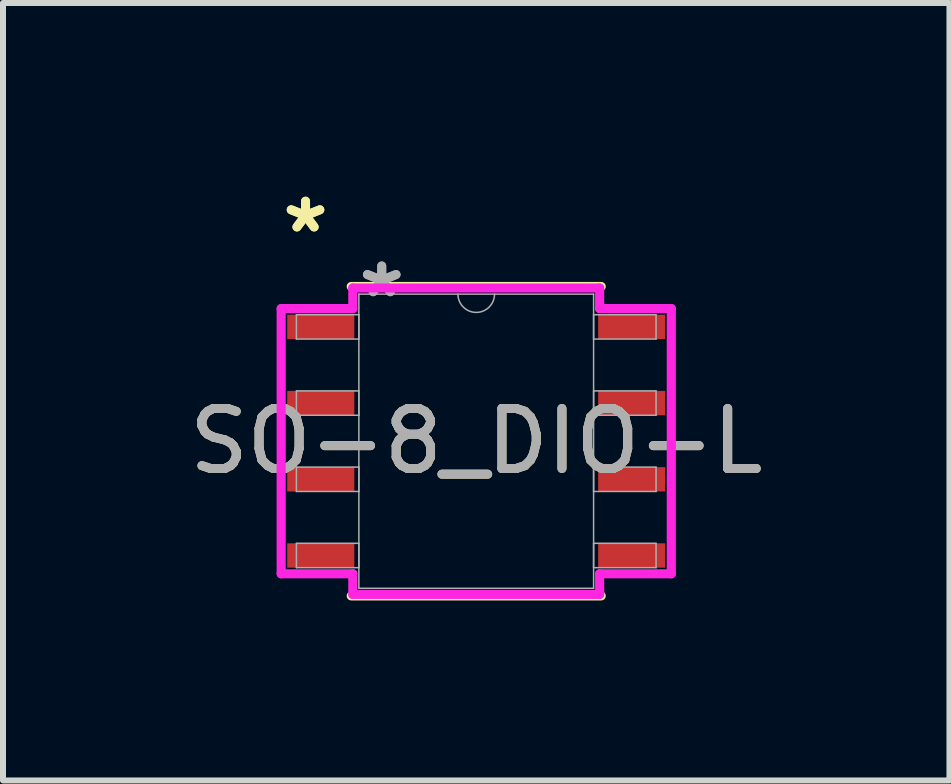
<source format=kicad_pcb>
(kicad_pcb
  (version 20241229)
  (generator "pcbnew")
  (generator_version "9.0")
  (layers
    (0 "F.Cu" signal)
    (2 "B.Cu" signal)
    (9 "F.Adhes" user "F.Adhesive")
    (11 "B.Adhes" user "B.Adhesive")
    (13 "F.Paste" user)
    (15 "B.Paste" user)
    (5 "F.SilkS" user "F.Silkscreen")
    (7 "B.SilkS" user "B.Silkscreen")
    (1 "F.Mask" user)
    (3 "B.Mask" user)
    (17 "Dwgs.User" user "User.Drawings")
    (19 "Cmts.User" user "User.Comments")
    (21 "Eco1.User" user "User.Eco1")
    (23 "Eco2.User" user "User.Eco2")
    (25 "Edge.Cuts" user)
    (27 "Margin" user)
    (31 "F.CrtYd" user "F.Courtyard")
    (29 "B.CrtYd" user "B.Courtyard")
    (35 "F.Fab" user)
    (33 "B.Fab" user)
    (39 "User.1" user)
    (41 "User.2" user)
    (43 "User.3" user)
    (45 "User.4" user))
  (footprint "SO-8_DIO-L"
    (layer "F.Cu")
    (at 4.887 4.303)
    (property "Reference" "SO-8_DIO-L" (at 0 0 0) (unlocked yes) (layer "F.SilkS") (effects (font (size 1 1) (thickness 0.15))))
    (attr smd)
    (fp_line (start -2.083 2.578) (end 2.083 2.578) (stroke (width 0.152) (type solid)) (layer "F.SilkS"))
    (fp_line (start 2.083 -2.578) (end -2.083 -2.578) (stroke (width 0.152) (type solid)) (layer "F.SilkS"))
    (fp_line (start -3.251 -2.21) (end -2.057 -2.21) (stroke (width 0.152) (type solid)) (layer "F.CrtYd"))
    (fp_line (start -3.251 2.21) (end -3.251 -2.21) (stroke (width 0.152) (type solid)) (layer "F.CrtYd"))
    (fp_line (start -3.251 2.21) (end -2.057 2.21) (stroke (width 0.152) (type solid)) (layer "F.CrtYd"))
    (fp_line (start -2.057 -2.553) (end 2.057 -2.553) (stroke (width 0.152) (type solid)) (layer "F.CrtYd"))
    (fp_line (start -2.057 -2.21) (end -2.057 -2.553) (stroke (width 0.152) (type solid)) (layer "F.CrtYd"))
    (fp_line (start -2.057 2.553) (end -2.057 2.21) (stroke (width 0.152) (type solid)) (layer "F.CrtYd"))
    (fp_line (start 2.057 -2.553) (end 2.057 -2.21) (stroke (width 0.152) (type solid)) (layer "F.CrtYd"))
    (fp_line (start 2.057 2.21) (end 2.057 2.553) (stroke (width 0.152) (type solid)) (layer "F.CrtYd"))
    (fp_line (start 2.057 2.553) (end -2.057 2.553) (stroke (width 0.152) (type solid)) (layer "F.CrtYd"))
    (fp_line (start 3.251 -2.21) (end 2.057 -2.21) (stroke (width 0.152) (type solid)) (layer "F.CrtYd"))
    (fp_line (start 3.251 -2.21) (end 3.251 2.21) (stroke (width 0.152) (type solid)) (layer "F.CrtYd"))
    (fp_line (start 3.251 2.21) (end 2.057 2.21) (stroke (width 0.152) (type solid)) (layer "F.CrtYd"))
    (fp_line (start -2.997 -2.108) (end -2.997 -1.702) (stroke (width 0.025) (type solid)) (layer "F.Fab"))
    (fp_line (start -2.997 -1.702) (end -1.956 -1.702) (stroke (width 0.025) (type solid)) (layer "F.Fab"))
    (fp_line (start -2.997 -0.838) (end -2.997 -0.432) (stroke (width 0.025) (type solid)) (layer "F.Fab"))
    (fp_line (start -2.997 -0.432) (end -1.956 -0.432) (stroke (width 0.025) (type solid)) (layer "F.Fab"))
    (fp_line (start -2.997 0.432) (end -2.997 0.838) (stroke (width 0.025) (type solid)) (layer "F.Fab"))
    (fp_line (start -2.997 0.838) (end -1.956 0.838) (stroke (width 0.025) (type solid)) (layer "F.Fab"))
    (fp_line (start -2.997 1.702) (end -2.997 2.108) (stroke (width 0.025) (type solid)) (layer "F.Fab"))
    (fp_line (start -2.997 2.108) (end -1.956 2.108) (stroke (width 0.025) (type solid)) (layer "F.Fab"))
    (fp_line (start -1.956 -2.451) (end -1.956 2.451) (stroke (width 0.025) (type solid)) (layer "F.Fab"))
    (fp_line (start -1.956 -2.108) (end -2.997 -2.108) (stroke (width 0.025) (type solid)) (layer "F.Fab"))
    (fp_line (start -1.956 -1.702) (end -1.956 -2.108) (stroke (width 0.025) (type solid)) (layer "F.Fab"))
    (fp_line (start -1.956 -0.838) (end -2.997 -0.838) (stroke (width 0.025) (type solid)) (layer "F.Fab"))
    (fp_line (start -1.956 -0.432) (end -1.956 -0.838) (stroke (width 0.025) (type solid)) (layer "F.Fab"))
    (fp_line (start -1.956 0.432) (end -2.997 0.432) (stroke (width 0.025) (type solid)) (layer "F.Fab"))
    (fp_line (start -1.956 0.838) (end -1.956 0.432) (stroke (width 0.025) (type solid)) (layer "F.Fab"))
    (fp_line (start -1.956 1.702) (end -2.997 1.702) (stroke (width 0.025) (type solid)) (layer "F.Fab"))
    (fp_line (start -1.956 2.108) (end -1.956 1.702) (stroke (width 0.025) (type solid)) (layer "F.Fab"))
    (fp_line (start -1.956 2.451) (end 1.956 2.451) (stroke (width 0.025) (type solid)) (layer "F.Fab"))
    (fp_line (start 1.956 -2.451) (end -1.956 -2.451) (stroke (width 0.025) (type solid)) (layer "F.Fab"))
    (fp_line (start 1.956 -2.108) (end 1.956 -1.702) (stroke (width 0.025) (type solid)) (layer "F.Fab"))
    (fp_line (start 1.956 -1.702) (end 2.997 -1.702) (stroke (width 0.025) (type solid)) (layer "F.Fab"))
    (fp_line (start 1.956 -0.838) (end 1.956 -0.432) (stroke (width 0.025) (type solid)) (layer "F.Fab"))
    (fp_line (start 1.956 -0.432) (end 2.997 -0.432) (stroke (width 0.025) (type solid)) (layer "F.Fab"))
    (fp_line (start 1.956 0.432) (end 1.956 0.838) (stroke (width 0.025) (type solid)) (layer "F.Fab"))
    (fp_line (start 1.956 0.838) (end 2.997 0.838) (stroke (width 0.025) (type solid)) (layer "F.Fab"))
    (fp_line (start 1.956 1.702) (end 1.956 2.108) (stroke (width 0.025) (type solid)) (layer "F.Fab"))
    (fp_line (start 1.956 2.108) (end 2.997 2.108) (stroke (width 0.025) (type solid)) (layer "F.Fab"))
    (fp_line (start 1.956 2.451) (end 1.956 -2.451) (stroke (width 0.025) (type solid)) (layer "F.Fab"))
    (fp_line (start 2.997 -2.108) (end 1.956 -2.108) (stroke (width 0.025) (type solid)) (layer "F.Fab"))
    (fp_line (start 2.997 -1.702) (end 2.997 -2.108) (stroke (width 0.025) (type solid)) (layer "F.Fab"))
    (fp_line (start 2.997 -0.838) (end 1.956 -0.838) (stroke (width 0.025) (type solid)) (layer "F.Fab"))
    (fp_line (start 2.997 -0.432) (end 2.997 -0.838) (stroke (width 0.025) (type solid)) (layer "F.Fab"))
    (fp_line (start 2.997 0.432) (end 1.956 0.432) (stroke (width 0.025) (type solid)) (layer "F.Fab"))
    (fp_line (start 2.997 0.838) (end 2.997 0.432) (stroke (width 0.025) (type solid)) (layer "F.Fab"))
    (fp_line (start 2.997 1.702) (end 1.956 1.702) (stroke (width 0.025) (type solid)) (layer "F.Fab"))
    (fp_line (start 2.997 2.108) (end 2.997 1.702) (stroke (width 0.025) (type solid)) (layer "F.Fab"))
    (fp_arc (start 0.3048 -2.4511) (mid 0 -2.1463) (end -0.3048 -2.4511) (stroke (width 0.0254) (type solid)) (layer "F.Fab"))
    (fp_text user "*" (at -2.845 -3.454 0) (layer "F.SilkS") (effects (font (size 1 1) (thickness 0.15))))
    (fp_text user "*" (at -2.845 -3.454 0) (unlocked yes) (layer "F.SilkS") (effects (font (size 1 1) (thickness 0.15))))
    (fp_text user "*" (at -1.575 -2.375 0) (unlocked yes) (layer "F.Fab") (effects (font (size 1 1) (thickness 0.15))))
    (fp_text user "*" (at -1.575 -2.375 0) (layer "F.Fab") (effects (font (size 1 1) (thickness 0.15))))
    (fp_text user "${REFERENCE}" (at 0 0 0) (unlocked yes) (layer "F.Fab") (effects (font (size 1 1) (thickness 0.15))))
    (pad "1" smd rect (at -2.591 -1.905) (size 1.118 0.406) (layers "F.Cu" "F.Mask" "F.Paste"))
    (pad "2" smd rect (at -2.591 -0.635) (size 1.118 0.406) (layers "F.Cu" "F.Mask" "F.Paste"))
    (pad "3" smd rect (at -2.591 0.635) (size 1.118 0.406) (layers "F.Cu" "F.Mask" "F.Paste"))
    (pad "4" smd rect (at -2.591 1.905) (size 1.118 0.406) (layers "F.Cu" "F.Mask" "F.Paste"))
    (pad "5" smd rect (at 2.591 1.905) (size 1.118 0.406) (layers "F.Cu" "F.Mask" "F.Paste"))
    (pad "6" smd rect (at 2.591 0.635) (size 1.118 0.406) (layers "F.Cu" "F.Mask" "F.Paste"))
    (pad "7" smd rect (at 2.591 -0.635) (size 1.118 0.406) (layers "F.Cu" "F.Mask" "F.Paste"))
    (pad "8" smd rect (at 2.591 -1.905) (size 1.118 0.406) (layers "F.Cu" "F.Mask" "F.Paste")))
  (gr_rect
    (start -3 -3)
    (end 12.774 9.957)
    (stroke (width 0.1) (type default))
    (fill no)
    (layer "Edge.Cuts")))
</source>
